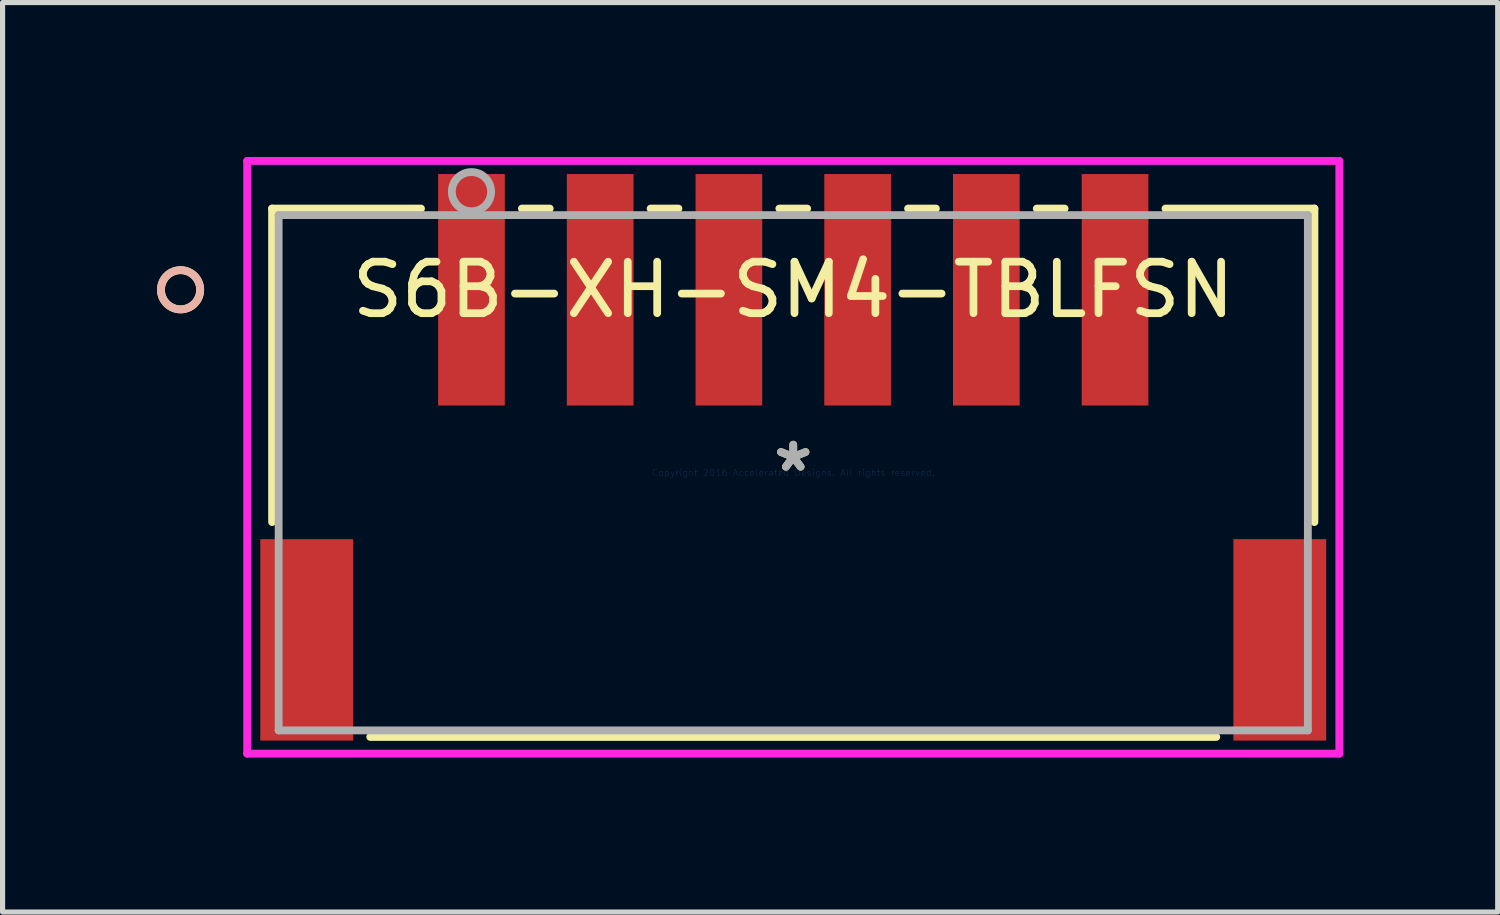
<source format=kicad_pcb>
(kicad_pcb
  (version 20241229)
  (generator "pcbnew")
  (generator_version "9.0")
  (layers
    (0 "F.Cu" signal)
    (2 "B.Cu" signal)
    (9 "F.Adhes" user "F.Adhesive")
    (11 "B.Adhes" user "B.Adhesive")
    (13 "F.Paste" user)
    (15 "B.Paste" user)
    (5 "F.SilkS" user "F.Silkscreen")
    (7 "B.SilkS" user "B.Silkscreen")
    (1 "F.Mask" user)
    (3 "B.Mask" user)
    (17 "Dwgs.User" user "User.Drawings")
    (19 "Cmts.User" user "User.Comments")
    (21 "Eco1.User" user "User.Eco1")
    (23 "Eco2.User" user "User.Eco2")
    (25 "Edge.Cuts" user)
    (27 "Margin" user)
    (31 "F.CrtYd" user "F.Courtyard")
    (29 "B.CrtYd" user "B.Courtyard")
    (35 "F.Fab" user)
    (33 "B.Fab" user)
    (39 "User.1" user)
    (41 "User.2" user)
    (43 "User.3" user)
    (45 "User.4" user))
  (footprint "S6B-XH-SM4-TBLFSN"
    (layer "F.Cu")
    (at 12.357 6.132)
    (property "Reference" "S6B-XH-SM4-TBLFSN" (at 0 -3.554 0) (layer "F.SilkS") (effects (font (size 1 1) (thickness 0.15))))
    (attr through_hole)
    (fp_line (start -10.122 -5.131) (end -10.122 0.958) (stroke (width 0.152) (type solid)) (layer "F.SilkS"))
    (fp_line (start -8.216 5.131) (end 8.216 5.131) (stroke (width 0.152) (type solid)) (layer "F.SilkS"))
    (fp_line (start -7.23 -5.131) (end -10.122 -5.131) (stroke (width 0.152) (type solid)) (layer "F.SilkS"))
    (fp_line (start -4.73 -5.131) (end -5.27 -5.131) (stroke (width 0.152) (type solid)) (layer "F.SilkS"))
    (fp_line (start -2.23 -5.131) (end -2.77 -5.131) (stroke (width 0.152) (type solid)) (layer "F.SilkS"))
    (fp_line (start 0.27 -5.131) (end -0.27 -5.131) (stroke (width 0.152) (type solid)) (layer "F.SilkS"))
    (fp_line (start 2.77 -5.131) (end 2.23 -5.131) (stroke (width 0.152) (type solid)) (layer "F.SilkS"))
    (fp_line (start 5.27 -5.131) (end 4.73 -5.131) (stroke (width 0.152) (type solid)) (layer "F.SilkS"))
    (fp_line (start 10.122 -5.131) (end 7.23 -5.131) (stroke (width 0.152) (type solid)) (layer "F.SilkS"))
    (fp_line (start 10.122 0.958) (end 10.122 -5.131) (stroke (width 0.152) (type solid)) (layer "F.SilkS"))
    (fp_circle (center -11.9 -3.554) (end -11.519 -3.554) (stroke (width 0.152) (type solid)) (fill no) (layer "F.SilkS"))
    (fp_circle (center -11.9 -3.554) (end -11.519 -3.554) (stroke (width 0.152) (type solid)) (fill no) (layer "B.SilkS"))
    (fp_line (start -10.606 -6.056) (end -10.606 5.456) (stroke (width 0.152) (type solid)) (layer "F.CrtYd"))
    (fp_line (start -10.606 5.456) (end 10.606 5.456) (stroke (width 0.152) (type solid)) (layer "F.CrtYd"))
    (fp_line (start 10.606 -6.056) (end -10.606 -6.056) (stroke (width 0.152) (type solid)) (layer "F.CrtYd"))
    (fp_line (start 10.606 5.456) (end 10.606 -6.056) (stroke (width 0.152) (type solid)) (layer "F.CrtYd"))
    (fp_line (start -9.995 -5.004) (end -9.995 5.004) (stroke (width 0.152) (type solid)) (layer "F.Fab"))
    (fp_line (start -9.995 5.004) (end 9.995 5.004) (stroke (width 0.152) (type solid)) (layer "F.Fab"))
    (fp_line (start 9.995 -5.004) (end -9.995 -5.004) (stroke (width 0.152) (type solid)) (layer "F.Fab"))
    (fp_line (start 9.995 5.004) (end 9.995 -5.004) (stroke (width 0.152) (type solid)) (layer "F.Fab"))
    (fp_circle (center -6.25 -5.459) (end -5.869 -5.459) (stroke (width 0.152) (type solid)) (fill no) (layer "F.Fab"))
    (fp_text user "*" (at 0 0 0) (layer "F.SilkS") (effects (font (size 1 1) (thickness 0.15))))
    (fp_text user "Copyright 2016 Accelerated Designs. All rights reserved." (at 0 0 0) (layer "Cmts.User") (effects (font (size 0.127 0.127) (thickness 0.002))))
    (fp_text user "*" (at 0 0 0) (layer "F.Fab") (effects (font (size 1 1) (thickness 0.15))))
    (pad "1" smd rect (at -6.25 -3.554) (size 1.295 4.496) (layers "F.Cu" "F.Mask" "F.Paste"))
    (pad "2" smd rect (at -3.75 -3.554) (size 1.295 4.496) (layers "F.Cu" "F.Mask" "F.Paste"))
    (pad "3" smd rect (at -1.25 -3.554) (size 1.295 4.496) (layers "F.Cu" "F.Mask" "F.Paste"))
    (pad "4" smd rect (at 1.25 -3.554) (size 1.295 4.496) (layers "F.Cu" "F.Mask" "F.Paste"))
    (pad "5" smd rect (at 3.75 -3.554) (size 1.295 4.496) (layers "F.Cu" "F.Mask" "F.Paste"))
    (pad "6" smd rect (at 6.25 -3.554) (size 1.295 4.496) (layers "F.Cu" "F.Mask" "F.Paste"))
    (pad "7" smd rect (at -9.45 3.246) (size 1.803 3.912) (layers "F.Cu" "F.Mask" "F.Paste"))
    (pad "8" smd rect (at 9.45 3.246) (size 1.803 3.912) (layers "F.Cu" "F.Mask" "F.Paste")))
  (gr_rect
    (start -3 -3)
    (end 26.039 14.664)
    (stroke (width 0.1) (type default))
    (fill no)
    (layer "Edge.Cuts")))
</source>
